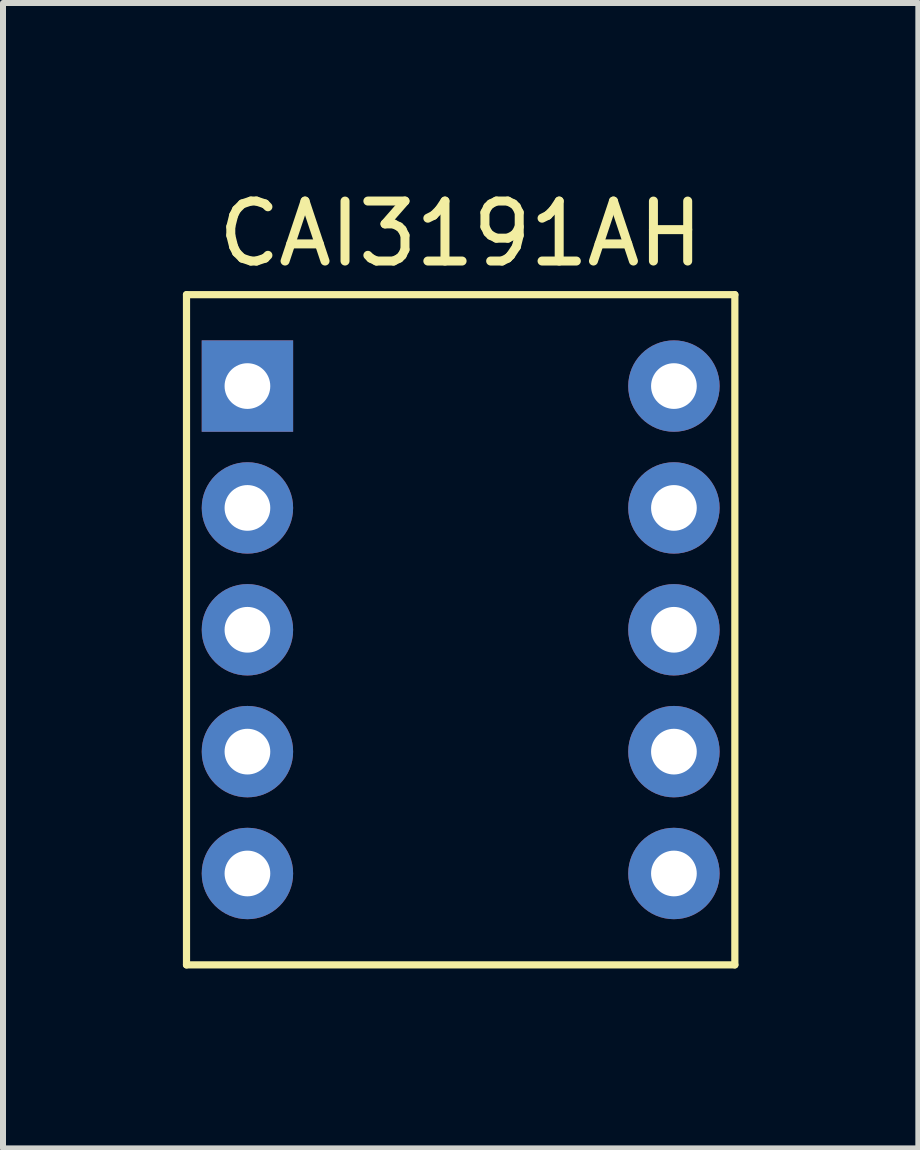
<source format=kicad_pcb>
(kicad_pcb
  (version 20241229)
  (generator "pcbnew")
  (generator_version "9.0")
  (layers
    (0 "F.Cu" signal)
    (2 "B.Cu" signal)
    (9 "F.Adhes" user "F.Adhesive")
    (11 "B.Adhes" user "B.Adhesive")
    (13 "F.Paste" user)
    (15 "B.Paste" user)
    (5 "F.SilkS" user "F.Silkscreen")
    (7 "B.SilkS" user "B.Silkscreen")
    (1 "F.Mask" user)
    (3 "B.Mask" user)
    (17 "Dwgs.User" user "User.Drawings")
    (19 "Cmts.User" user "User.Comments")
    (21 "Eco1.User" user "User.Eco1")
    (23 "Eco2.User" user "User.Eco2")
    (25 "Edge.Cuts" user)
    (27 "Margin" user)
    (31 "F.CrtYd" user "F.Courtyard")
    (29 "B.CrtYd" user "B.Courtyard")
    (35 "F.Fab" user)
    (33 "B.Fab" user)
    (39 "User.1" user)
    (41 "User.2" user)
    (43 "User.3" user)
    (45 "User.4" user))
  (footprint "CAI3191AH"
    (layer "F.Cu")
    (at 1.076 3.388)
    (property "Reference" "CAI3191AH" (at 3.556 -2.54 0) (layer "F.SilkS") (effects (font (size 1 1) (thickness 0.15))))
    (attr through_hole)
    (fp_line (start -1.016 -1.524) (end 8.128 -1.524) (stroke (width 0.12) (type solid)) (layer "F.SilkS"))
    (fp_line (start -1.016 9.652) (end -1.016 -1.524) (stroke (width 0.12) (type solid)) (layer "F.SilkS"))
    (fp_line (start 8.128 -1.524) (end 8.128 9.652) (stroke (width 0.12) (type solid)) (layer "F.SilkS"))
    (fp_line (start 8.128 9.652) (end -1.016 9.652) (stroke (width 0.12) (type solid)) (layer "F.SilkS"))
    (pad "1" thru_hole circle (at 7.112 0) (size 1.524 1.524) (drill 0.762) (layers "*.Cu" "*.Mask"))
    (pad "2" thru_hole circle (at 0 2.032) (size 1.524 1.524) (drill 0.762) (layers "*.Cu" "*.Mask"))
    (pad "3" thru_hole circle (at 0 4.064) (size 1.524 1.524) (drill 0.762) (layers "*.Cu" "*.Mask"))
    (pad "7" thru_hole circle (at 0 6.096) (size 1.524 1.524) (drill 0.762) (layers "*.Cu" "*.Mask"))
    (pad "8" thru_hole circle (at 0 8.128) (size 1.524 1.524) (drill 0.762) (layers "*.Cu" "*.Mask"))
    (pad "9" thru_hole circle (at 7.112 8.128) (size 1.524 1.524) (drill 0.762) (layers "*.Cu" "*.Mask"))
    (pad "10" thru_hole circle (at 7.112 6.096) (size 1.524 1.524) (drill 0.762) (layers "*.Cu" "*.Mask"))
    (pad "11" thru_hole rect (at 0 0) (size 1.524 1.524) (drill 0.762) (layers "*.Cu" "*.Mask"))
    (pad "13" thru_hole circle (at 7.112 2.032) (size 1.524 1.524) (drill 0.762) (layers "*.Cu" "*.Mask"))
    (pad "14" thru_hole circle (at 7.112 4.064) (size 1.524 1.524) (drill 0.762) (layers "*.Cu" "*.Mask")))
  (gr_rect
    (start -3 -3)
    (end 12.264 16.1)
    (stroke (width 0.1) (type default))
    (fill no)
    (layer "Edge.Cuts")))
</source>
